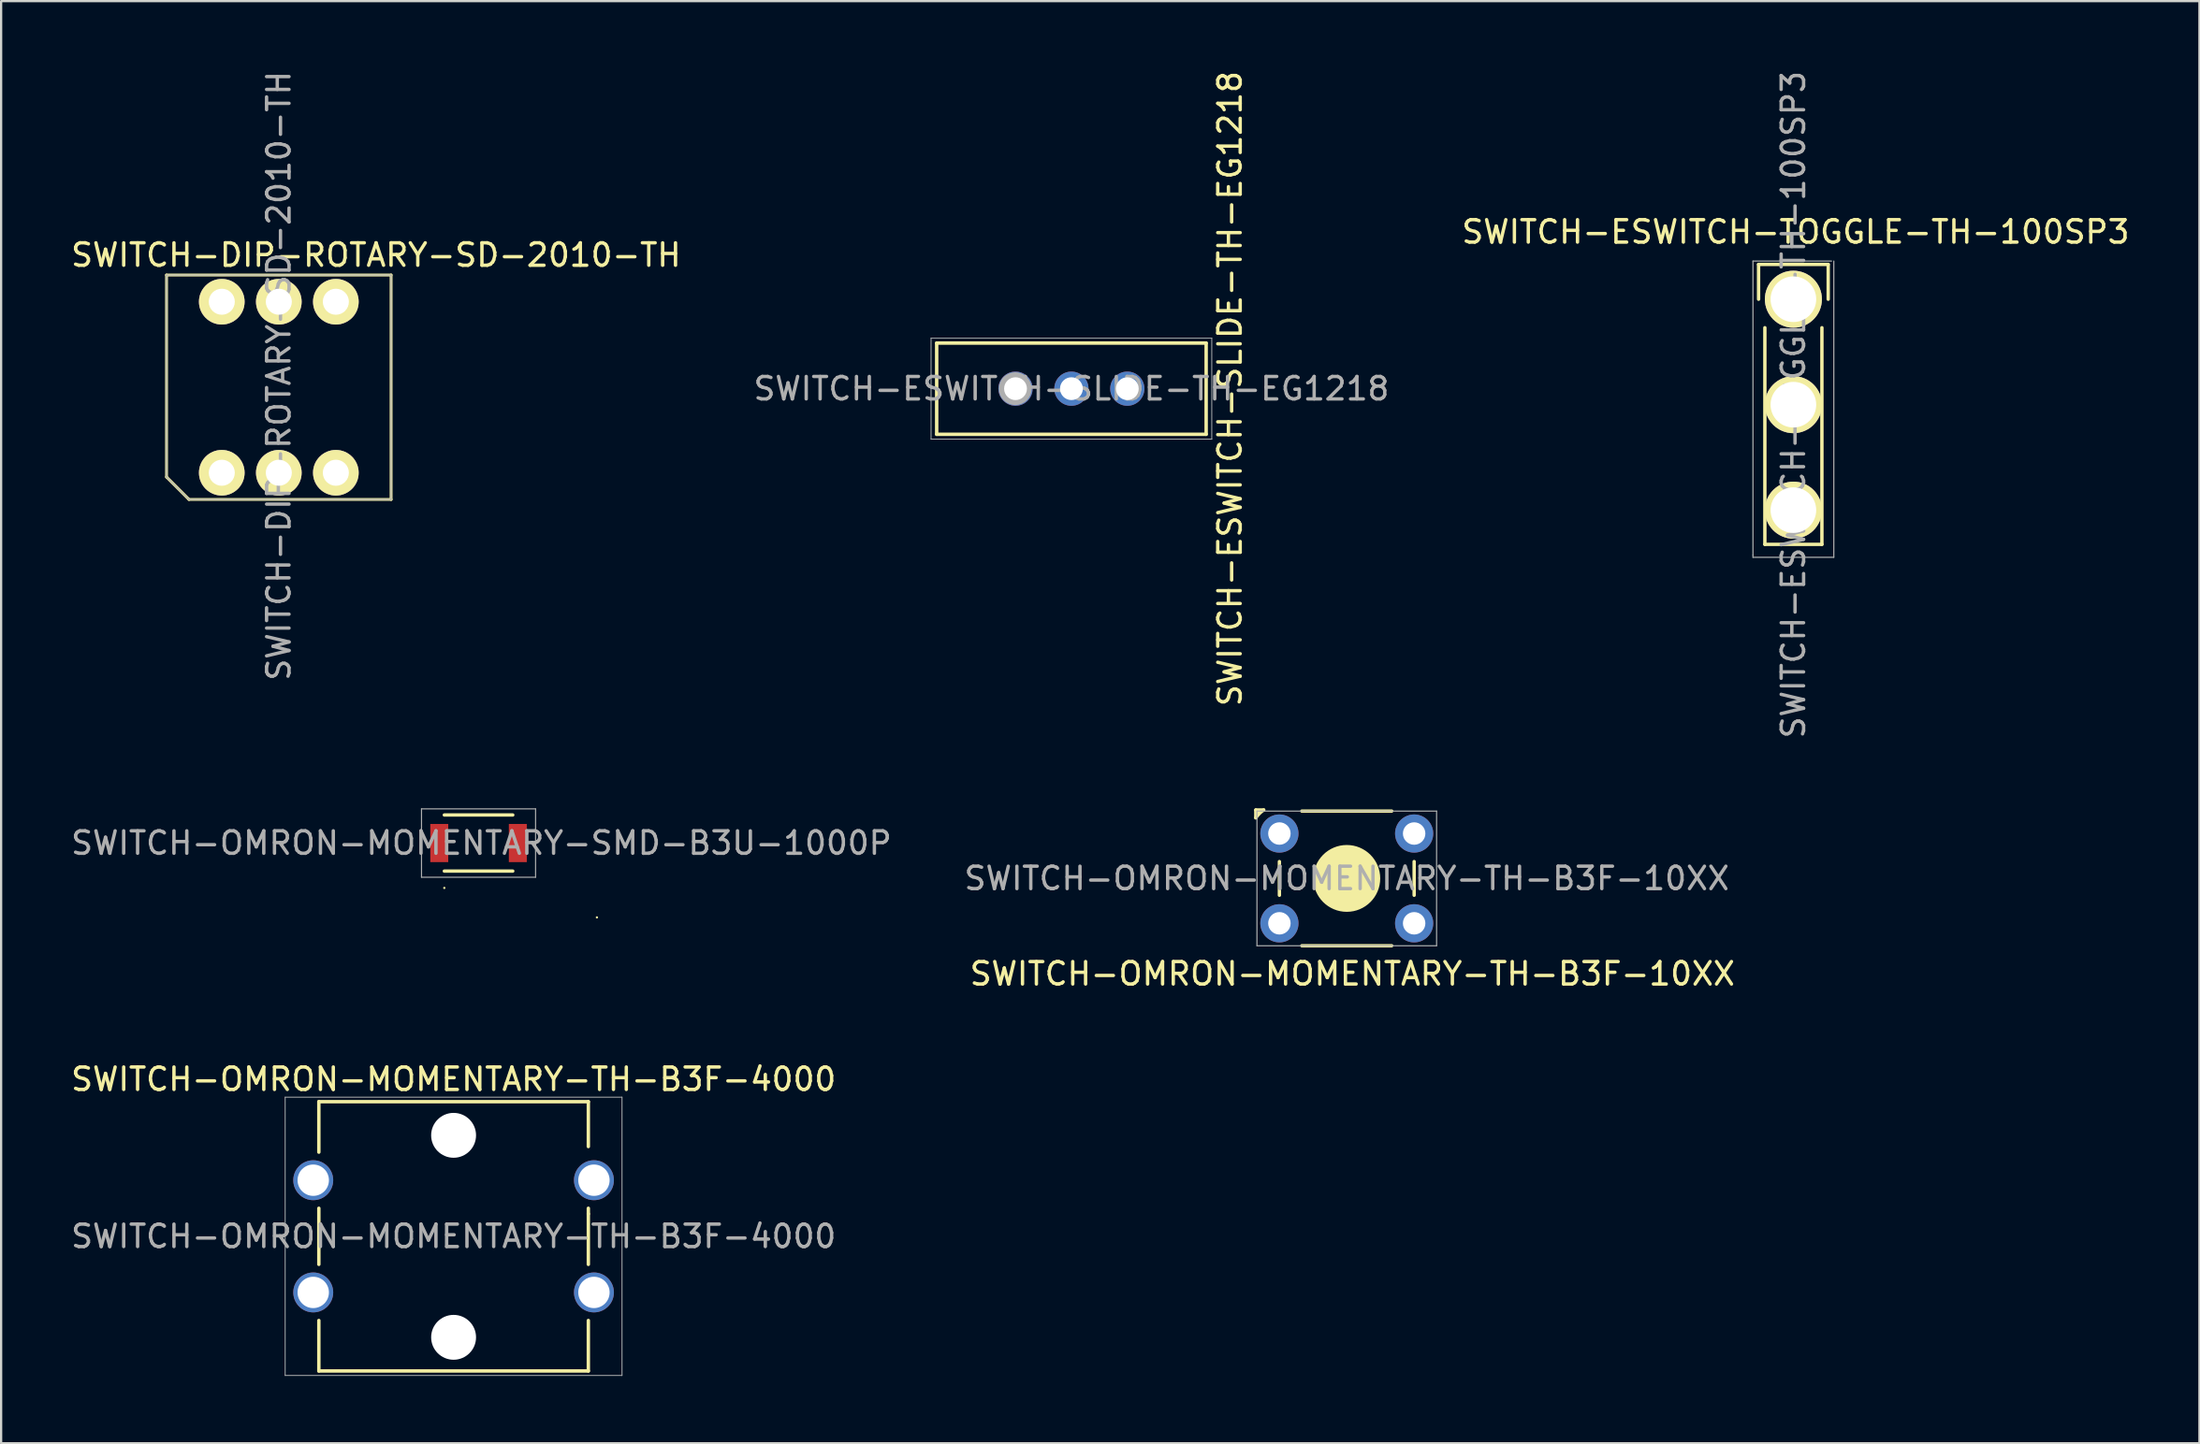
<source format=kicad_pcb>
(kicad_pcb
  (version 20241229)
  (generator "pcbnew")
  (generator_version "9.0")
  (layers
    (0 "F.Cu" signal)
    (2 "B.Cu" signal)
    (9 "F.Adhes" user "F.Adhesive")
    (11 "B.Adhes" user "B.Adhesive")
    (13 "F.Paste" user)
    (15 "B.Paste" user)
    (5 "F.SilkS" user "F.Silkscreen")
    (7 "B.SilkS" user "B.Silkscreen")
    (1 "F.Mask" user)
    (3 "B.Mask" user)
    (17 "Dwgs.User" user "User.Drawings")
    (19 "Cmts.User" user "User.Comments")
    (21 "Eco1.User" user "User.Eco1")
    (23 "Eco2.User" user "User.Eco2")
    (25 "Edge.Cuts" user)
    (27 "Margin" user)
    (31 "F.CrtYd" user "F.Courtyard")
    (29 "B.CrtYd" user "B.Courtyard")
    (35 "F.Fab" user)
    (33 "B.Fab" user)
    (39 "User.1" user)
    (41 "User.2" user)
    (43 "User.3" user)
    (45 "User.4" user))
  (footprint "SWITCH-OMRON-MOMENTARY-TH-B3F-4000"
    (layer "F.Cu")
    (at 17.149 52.036)
    (property "Reference" "SWITCH-OMRON-MOMENTARY-TH-B3F-4000" (at 0 0 0) (layer "F.Fab") (effects (font (size 1 1) (thickness 0.15))))
    (attr smd)
    (fp_line (start -6 -6) (end -6 -3.75) (stroke (width 0.152) (type solid)) (layer "F.SilkS"))
    (fp_line (start -6 -6) (end 6 -6) (stroke (width 0.152) (type solid)) (layer "F.SilkS"))
    (fp_line (start -6 -1.25) (end -6 1.25) (stroke (width 0.152) (type solid)) (layer "F.SilkS"))
    (fp_line (start -6 3.75) (end -6 6) (stroke (width 0.152) (type solid)) (layer "F.SilkS"))
    (fp_line (start -6 6) (end 6 6) (stroke (width 0.152) (type solid)) (layer "F.SilkS"))
    (fp_line (start 6 -6) (end 6 -4) (stroke (width 0.152) (type solid)) (layer "F.SilkS"))
    (fp_line (start 6 -1.25) (end 6 -1) (stroke (width 0.152) (type solid)) (layer "F.SilkS"))
    (fp_line (start 6 -1) (end 6 1.25) (stroke (width 0.152) (type solid)) (layer "F.SilkS"))
    (fp_line (start 6 6) (end 6 3.75) (stroke (width 0.152) (type solid)) (layer "F.SilkS"))
    (fp_line (start -7.5 -6.2) (end 7.5 -6.2) (stroke (width 0.041) (type solid)) (layer "F.Fab"))
    (fp_line (start -7.5 6.2) (end -7.5 -6.2) (stroke (width 0.041) (type solid)) (layer "F.Fab"))
    (fp_line (start 7.5 -6.2) (end 7.5 6.2) (stroke (width 0.041) (type solid)) (layer "F.Fab"))
    (fp_line (start 7.5 6.2) (end -7.5 6.2) (stroke (width 0.041) (type solid)) (layer "F.Fab"))
    (fp_circle (center 0 -4.5) (end 0.5 -3.75) (stroke (width 0.041) (type solid)) (fill no) (layer "F.Fab"))
    (fp_circle (center 0 4.5) (end 0.5 5.25) (stroke (width 0.041) (type solid)) (fill no) (layer "F.Fab"))
    (fp_text user "${REFERENCE}" (at 0 -7 0) (layer "F.SilkS") (effects (font (size 1 1) (thickness 0.15))))
    (pad "" np_thru_hole circle (at 0 -4.5) (size 1.999 1.999) (drill 1.999) (layers "*.Cu"))
    (pad "" np_thru_hole circle (at 0 4.5) (size 1.999 1.999) (drill 1.999) (layers "*.Cu"))
    (pad "1" thru_hole circle (at 6.25 2.5) (size 1.778 1.778) (drill 1.397) (layers "*.Cu" "*.Mask"))
    (pad "2" thru_hole circle (at -6.25 2.5) (size 1.778 1.778) (drill 1.397) (layers "*.Cu" "*.Mask"))
    (pad "3" thru_hole circle (at 6.25 -2.5) (size 1.778 1.778) (drill 1.397) (layers "*.Cu" "*.Mask"))
    (pad "4" thru_hole circle (at -6.25 -2.5) (size 1.778 1.778) (drill 1.397) (layers "*.Cu" "*.Mask")))
  (footprint "SWITCH-OMRON-MOMENTARY-SMD-B3U-1000P"
    (layer "F.Cu")
    (at 18.26 34.513)
    (property "Reference" "SWITCH-OMRON-MOMENTARY-SMD-B3U-1000P" (at 0.127 0 0) (layer "F.Fab") (effects (font (size 1 1) (thickness 0.15))))
    (attr smd)
    (fp_line (start -1.524 -1.25) (end 1.524 -1.25) (stroke (width 0.15) (type solid)) (layer "F.SilkS"))
    (fp_line (start -1.524 1.25) (end 1.524 1.25) (stroke (width 0.15) (type solid)) (layer "F.SilkS"))
    (fp_line (start -1.524 2) (end -1.524 2) (stroke (width 0.1) (type solid)) (layer "F.SilkS"))
    (fp_line (start 5.271 3.313) (end 5.271 3.313) (stroke (width 0.1) (type solid)) (layer "F.SilkS"))
    (fp_line (start -2.54 -1.524) (end 2.54 -1.524) (stroke (width 0.05) (type solid)) (layer "F.Fab"))
    (fp_line (start -2.54 1.524) (end -2.54 -1.524) (stroke (width 0.05) (type solid)) (layer "F.Fab"))
    (fp_line (start 2.54 -1.524) (end 2.54 1.524) (stroke (width 0.05) (type solid)) (layer "F.Fab"))
    (fp_line (start 2.54 1.524) (end -2.54 1.524) (stroke (width 0.05) (type solid)) (layer "F.Fab"))
    (pad "1" smd rect (at -1.749 0) (size 0.8 1.7) (layers "F.Cu" "F.Mask" "F.Paste"))
    (pad "2" smd rect (at 1.749 0) (size 0.8 1.7) (layers "F.Cu" "F.Mask" "F.Paste")))
  (footprint "SWITCH-OMRON-MOMENTARY-TH-B3F-10XX"
    (layer "F.Cu")
    (at 53.923 34.089)
    (property "Reference" "SWITCH-OMRON-MOMENTARY-TH-B3F-10XX" (at 3 2 0) (layer "F.Fab") (effects (font (size 1 1) (thickness 0.15))))
    (attr smd)
    (fp_line (start -1.05 -1.05) (end -1.05 -0.7) (stroke (width 0.15) (type solid)) (layer "F.SilkS"))
    (fp_line (start -1.05 -1.05) (end -0.7 -1.05) (stroke (width 0.15) (type solid)) (layer "F.SilkS"))
    (fp_line (start -0.95 -1) (end -0.95 -0.9) (stroke (width 0.15) (type solid)) (layer "F.SilkS"))
    (fp_line (start 0 2) (end 0 2) (stroke (width 0.1) (type solid)) (layer "F.SilkS"))
    (fp_line (start 0 2.75) (end 0 1.25) (stroke (width 0.15) (type solid)) (layer "F.SilkS"))
    (fp_line (start 1 -1) (end 5 -1) (stroke (width 0.15) (type solid)) (layer "F.SilkS"))
    (fp_line (start 1 5) (end 5 5) (stroke (width 0.15) (type solid)) (layer "F.SilkS"))
    (fp_line (start 5 -1) (end 1 -1) (stroke (width 0.1) (type solid)) (layer "F.SilkS"))
    (fp_line (start 5 5) (end 1 5) (stroke (width 0.1) (type solid)) (layer "F.SilkS"))
    (fp_line (start 6 1.25) (end 6 2.75) (stroke (width 0.15) (type solid)) (layer "F.SilkS"))
    (fp_line (start 6 2) (end 6 2) (stroke (width 0.1) (type solid)) (layer "F.SilkS"))
    (fp_arc (start -1.05 -0.7) (mid -0.892328 -0.892328) (end -0.7 -1.05) (stroke (width 0.15) (type solid)) (layer "F.SilkS"))
    (fp_circle (center 3 2) (end 4 3) (stroke (width 0) (type solid)) (fill yes) (layer "F.SilkS"))
    (fp_circle (center 3 2) (end 4 3) (stroke (width 0.15) (type solid)) (fill no) (layer "F.SilkS"))
    (fp_line (start -1 -1) (end -1 5) (stroke (width 0.05) (type solid)) (layer "F.Fab"))
    (fp_line (start -1 5) (end 7 5) (stroke (width 0.05) (type solid)) (layer "F.Fab"))
    (fp_line (start 7 -1) (end -1 -1) (stroke (width 0.05) (type solid)) (layer "F.Fab"))
    (fp_line (start 7 5) (end 7 -1) (stroke (width 0.05) (type solid)) (layer "F.Fab"))
    (fp_text user "${REFERENCE}" (at 3.25 6.25 0) (layer "F.SilkS") (effects (font (size 1 1) (thickness 0.15))))
    (pad "1" thru_hole circle (at 0 0) (size 1.7 1.7) (drill 1) (layers "*.Cu" "*.Mask"))
    (pad "2" thru_hole circle (at 6 0) (size 1.7 1.7) (drill 1) (layers "*.Cu" "*.Mask"))
    (pad "3" thru_hole circle (at 0 4) (size 1.7 1.7) (drill 1) (layers "*.Cu" "*.Mask"))
    (pad "4" thru_hole circle (at 6 4) (size 1.7 1.7) (drill 1) (layers "*.Cu" "*.Mask")))
  (footprint "SWITCH-DIP-ROTARY-SD-2010-TH"
    (layer "F.Cu")
    (at 9.366 14.204)
    (property "Reference" "SWITCH-DIP-ROTARY-SD-2010-TH" (at 0 -0.508 270) (layer "F.Fab") (effects (font (size 1 1) (thickness 0.15))))
    (attr smd)
    (fp_line (start -5 -5) (end -5 4) (stroke (width 0.127) (type solid)) (layer "F.SilkS"))
    (fp_line (start -4 5) (end -5 4) (stroke (width 0.127) (type solid)) (layer "F.SilkS"))
    (fp_line (start -4 5) (end 5 5) (stroke (width 0.127) (type solid)) (layer "F.SilkS"))
    (fp_line (start 5 -5) (end -5 -5) (stroke (width 0.127) (type solid)) (layer "F.SilkS"))
    (fp_line (start 5 5) (end 5 -5) (stroke (width 0.127) (type solid)) (layer "F.SilkS"))
    (fp_line (start -5 -5) (end 5 -5) (stroke (width 0.051) (type solid)) (layer "F.Fab"))
    (fp_line (start -5 4) (end -5 -5) (stroke (width 0.051) (type solid)) (layer "F.Fab"))
    (fp_line (start -4 5) (end -5 4) (stroke (width 0.051) (type solid)) (layer "F.Fab"))
    (fp_line (start 5 -5) (end 5 5) (stroke (width 0.051) (type solid)) (layer "F.Fab"))
    (fp_line (start 5 5) (end -4 5) (stroke (width 0.051) (type solid)) (layer "F.Fab"))
    (fp_circle (center -2.54 3.81) (end -2.286 3.556) (stroke (width 0.2) (type solid)) (fill no) (layer "F.Fab"))
    (fp_text user "${REFERENCE}" (at 4.331 -5.891 180) (layer "F.SilkS") (effects (font (size 1 1) (thickness 0.15))))
    (pad "1" thru_hole circle (at -2.54 3.81 90) (size 2.032 2.032) (drill 1.16) (layers "*.Cu" "*.Mask" "F.SilkS"))
    (pad "2" thru_hole circle (at 2.54 -3.81 90) (size 2.032 2.032) (drill 1.16) (layers "*.Cu" "*.Mask" "F.SilkS"))
    (pad "4" thru_hole circle (at 2.54 3.81 90) (size 2.032 2.032) (drill 1.16) (layers "*.Cu" "*.Mask" "F.SilkS"))
    (pad "8" thru_hole circle (at -2.54 -3.81 90) (size 2.032 2.032) (drill 1.16) (layers "*.Cu" "*.Mask" "F.SilkS"))
    (pad "C" thru_hole circle (at 0 -3.81 90) (size 2.032 2.032) (drill 1.16) (layers "*.Cu" "*.Mask" "F.SilkS"))
    (pad "C" thru_hole circle (at 0 3.81 90) (size 2.032 2.032) (drill 1.16) (layers "*.Cu" "*.Mask" "F.SilkS")))
  (footprint "SWITCH-ESWITCH-TOGGLE-TH-100SP3"
    (layer "F.Cu")
    (at 76.811 10.282)
    (property "Reference" "SWITCH-ESWITCH-TOGGLE-TH-100SP3" (at 0 4.7 90) (layer "F.Fab") (effects (font (size 1 1) (thickness 0.15))))
    (attr smd)
    (fp_line (start -1.55 -1.55) (end 1.55 -1.55) (stroke (width 0.15) (type solid)) (layer "F.SilkS"))
    (fp_line (start -1.55 0) (end -1.55 -1.55) (stroke (width 0.15) (type solid)) (layer "F.SilkS"))
    (fp_line (start -1.27 10.922) (end -1.27 1.27) (stroke (width 0.15) (type solid)) (layer "F.SilkS"))
    (fp_line (start 1.27 1.27) (end 1.27 10.922) (stroke (width 0.15) (type solid)) (layer "F.SilkS"))
    (fp_line (start 1.27 10.922) (end -1.27 10.922) (stroke (width 0.15) (type solid)) (layer "F.SilkS"))
    (fp_line (start 1.55 -1.55) (end 1.55 0) (stroke (width 0.15) (type solid)) (layer "F.SilkS"))
    (fp_line (start -1.8 -1.7) (end -1.8 11.4) (stroke (width 0.051) (type solid)) (layer "F.Fab"))
    (fp_line (start -1.8 11.4) (end -1.8 11.5) (stroke (width 0.051) (type solid)) (layer "F.Fab"))
    (fp_line (start -1.8 11.5) (end 1.8 11.5) (stroke (width 0.051) (type solid)) (layer "F.Fab"))
    (fp_line (start 1.7 -1.7) (end -1.8 -1.7) (stroke (width 0.051) (type solid)) (layer "F.Fab"))
    (fp_line (start 1.8 11.5) (end 1.8 -1.7) (stroke (width 0.051) (type solid)) (layer "F.Fab"))
    (fp_circle (center 0 0) (end 0.1 0.3) (stroke (width 0.508) (type solid)) (fill no) (layer "F.Fab"))
    (fp_text user "${REFERENCE}" (at 0.1 -3 0) (layer "F.SilkS") (effects (font (size 1 1) (thickness 0.15))))
    (pad "1" thru_hole circle (at 0 0) (size 2.54 2.54) (drill 2.032) (layers "*.Cu" "*.Mask" "F.SilkS"))
    (pad "2" thru_hole circle (at 0 4.699) (size 2.54 2.54) (drill 2.032) (layers "*.Cu" "*.Mask" "F.SilkS"))
    (pad "3" thru_hole circle (at 0 9.398) (size 2.54 2.54) (drill 2.032) (layers "*.Cu" "*.Mask" "F.SilkS")))
  (footprint "SWITCH-ESWITCH-SLIDE-TH-EG1218"
    (layer "F.Cu")
    (at 44.661 14.268)
    (property "Reference" "SWITCH-ESWITCH-SLIDE-TH-EG1218" (at 0 0 180) (layer "F.Fab") (effects (font (size 1 1) (thickness 0.15))))
    (attr smd)
    (fp_line (start -6 -2.032) (end -6 2.032) (stroke (width 0.152) (type solid)) (layer "F.SilkS"))
    (fp_line (start 6 -2.032) (end -6 -2.032) (stroke (width 0.152) (type solid)) (layer "F.SilkS"))
    (fp_line (start 6 -2.032) (end 6 2.032) (stroke (width 0.152) (type solid)) (layer "F.SilkS"))
    (fp_line (start 6 2.032) (end -6 2.032) (stroke (width 0.152) (type solid)) (layer "F.SilkS"))
    (fp_line (start -6.25 -2.25) (end -6.25 2.25) (stroke (width 0.041) (type solid)) (layer "F.Fab"))
    (fp_line (start -6.25 2.25) (end 6.25 2.25) (stroke (width 0.041) (type solid)) (layer "F.Fab"))
    (fp_line (start 6.25 -2.25) (end -6.25 -2.25) (stroke (width 0.041) (type solid)) (layer "F.Fab"))
    (fp_line (start 6.25 2.25) (end 6.25 -2.25) (stroke (width 0.041) (type solid)) (layer "F.Fab"))
    (fp_circle (center -2.5 0) (end -2.4 0.2) (stroke (width 0.508) (type solid)) (fill no) (layer "F.Fab"))
    (fp_text user "${REFERENCE}" (at 7.061 0 90) (layer "F.SilkS") (effects (font (size 1 1) (thickness 0.15))))
    (pad "1" thru_hole circle (at -2.489 0) (size 1.524 1.524) (drill 1.016) (layers "*.Cu" "*.Mask"))
    (pad "2" thru_hole circle (at 0 0) (size 1.524 1.524) (drill 1.016) (layers "*.Cu" "*.Mask"))
    (pad "3" thru_hole circle (at 2.489 0) (size 1.524 1.524) (drill 1.016) (layers "*.Cu" "*.Mask")))
  (gr_rect
    (start -3 -3)
    (end 94.893 61.256)
    (stroke (width 0.1) (type default))
    (fill no)
    (layer "Edge.Cuts")))
</source>
